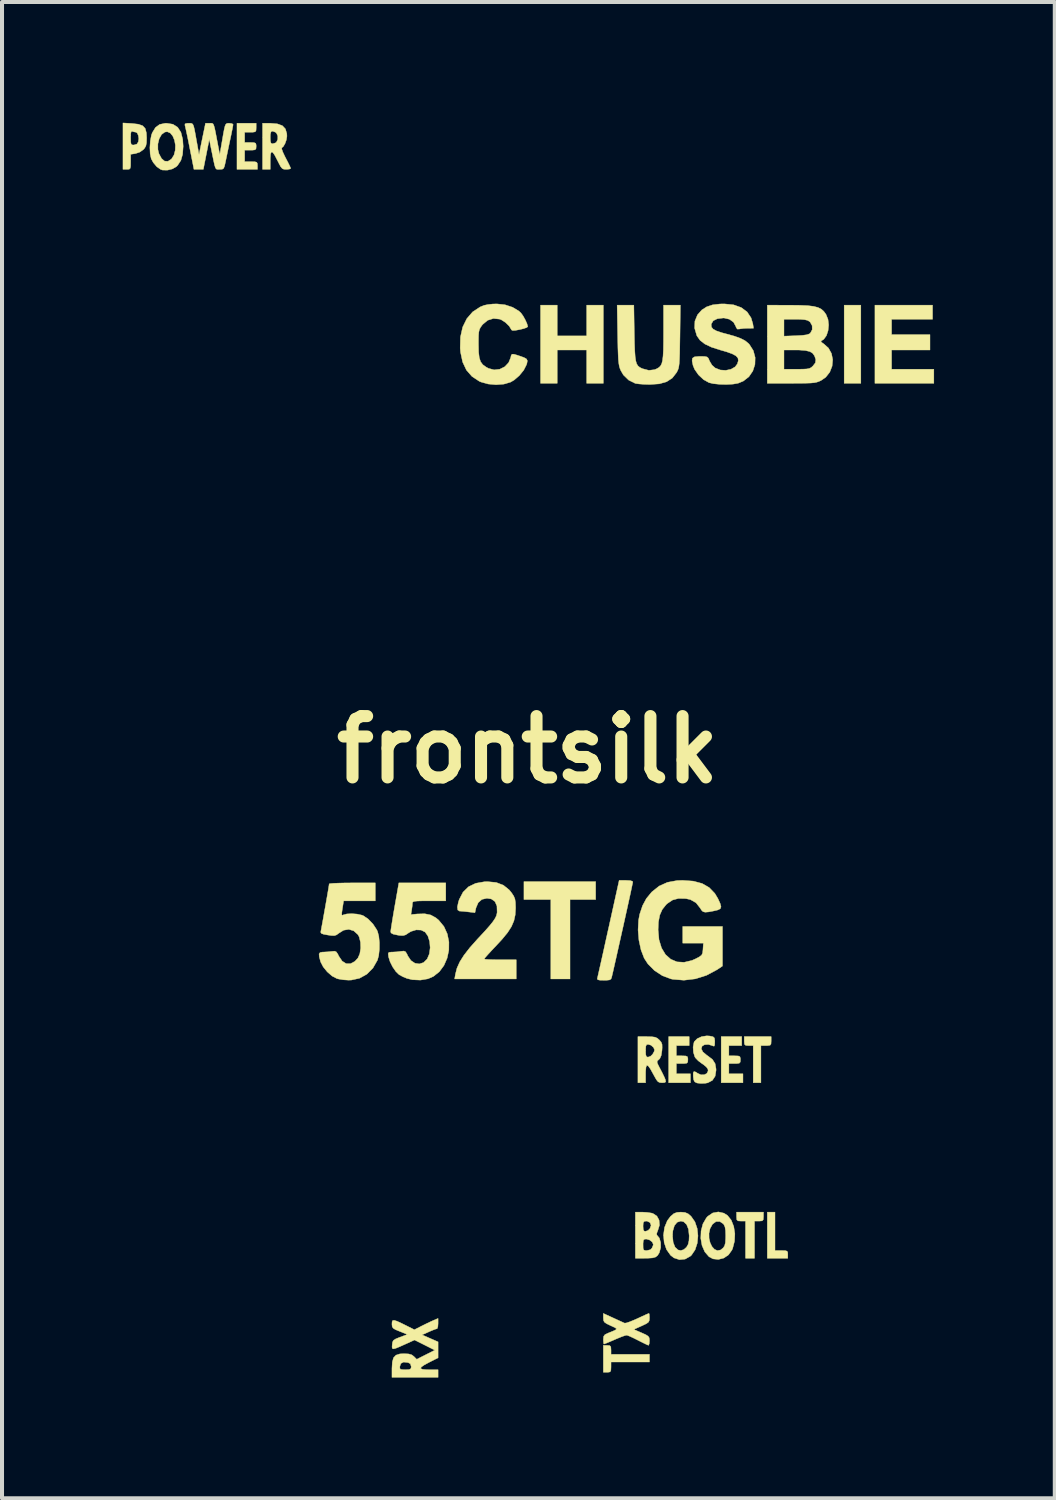
<source format=kicad_pcb>
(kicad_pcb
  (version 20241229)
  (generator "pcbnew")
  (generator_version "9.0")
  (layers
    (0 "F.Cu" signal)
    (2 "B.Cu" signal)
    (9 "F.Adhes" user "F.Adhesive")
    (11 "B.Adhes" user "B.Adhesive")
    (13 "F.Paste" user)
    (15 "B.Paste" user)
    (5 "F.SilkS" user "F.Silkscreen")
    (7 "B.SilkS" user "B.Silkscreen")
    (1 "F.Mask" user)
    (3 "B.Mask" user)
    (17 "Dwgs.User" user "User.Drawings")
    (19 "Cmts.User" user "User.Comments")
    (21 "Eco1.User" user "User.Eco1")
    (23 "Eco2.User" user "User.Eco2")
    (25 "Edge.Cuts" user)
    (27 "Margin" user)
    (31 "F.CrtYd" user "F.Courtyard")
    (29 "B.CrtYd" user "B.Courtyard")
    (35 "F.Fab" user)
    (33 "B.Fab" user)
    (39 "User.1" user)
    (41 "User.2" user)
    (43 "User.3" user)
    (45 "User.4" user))
  (footprint "frontsilk"
    (layer "F.Cu")
    (at 10.063 15.577)
    (property "Reference" "frontsilk" (at 0 0 0) (layer "F.SilkS") (effects (font (size 1.524 1.524) (thickness 0.3))))
    (attr through_hole)
    (fp_poly (pts (xy 8.276 -9.103) (xy 7.862 -9.103) (xy 7.862 -11.045) (xy 8.276 -11.045) (xy 8.276 -9.103)) (stroke (width 0.01) (type solid)) (fill yes) (layer "F.SilkS"))
    (fp_poly (pts (xy 1.687 3.724) (xy 1.05 3.724) (xy 1.05 5.697) (xy 0.573 5.697) (xy 0.573 3.724) (xy -0.095 3.724) (xy -0.095 3.278) (xy 1.687 3.278) (xy 1.687 3.724)) (stroke (width 0.01) (type solid)) (fill yes) (layer "F.SilkS"))
    (fp_poly (pts (xy 6.143 12.445) (xy 6.302 12.445) (xy 6.396 12.447) (xy 6.443 12.46) (xy 6.46 12.494) (xy 6.461 12.541) (xy 6.461 12.636) (xy 5.952 12.636) (xy 5.952 11.49) (xy 6.143 11.49) (xy 6.143 12.445)) (stroke (width 0.01) (type solid)) (fill yes) (layer "F.SilkS"))
    (fp_poly (pts (xy 0.732 -10.281) (xy 1.464 -10.281) (xy 1.464 -11.045) (xy 1.878 -11.045) (xy 1.878 -9.103) (xy 1.464 -9.103) (xy 1.464 -9.931) (xy 0.732 -9.931) (xy 0.732 -9.103) (xy 0.318 -9.103) (xy 0.318 -11.045) (xy 0.732 -11.045) (xy 0.732 -10.281)) (stroke (width 0.01) (type solid)) (fill yes) (layer "F.SilkS"))
    (fp_poly (pts (xy 10.058 -10.695) (xy 9.04 -10.695) (xy 9.04 -10.313) (xy 9.994 -10.313) (xy 9.994 -9.931) (xy 9.04 -9.931) (xy 9.04 -9.453) (xy 10.09 -9.453) (xy 10.09 -9.103) (xy 8.626 -9.103) (xy 8.626 -11.045) (xy 10.058 -11.045) (xy 10.058 -10.695)) (stroke (width 0.01) (type solid)) (fill yes) (layer "F.SilkS"))
    (fp_poly (pts (xy 2.038 14.807) (xy 2.064 14.838) (xy 2.069 14.912) (xy 2.069 15.024) (xy 3.024 15.024) (xy 3.024 15.215) (xy 2.069 15.215) (xy 2.069 15.342) (xy 2.065 15.423) (xy 2.045 15.46) (xy 1.994 15.469) (xy 1.973 15.469) (xy 1.878 15.469) (xy 1.878 14.801) (xy 1.973 14.801) (xy 2.038 14.807)) (stroke (width 0.01) (type solid)) (fill yes) (layer "F.SilkS"))
    (fp_poly (pts (xy 5.857 11.602) (xy 5.852 11.677) (xy 5.824 11.707) (xy 5.754 11.713) (xy 5.745 11.713) (xy 5.634 11.713) (xy 5.634 12.636) (xy 5.411 12.636) (xy 5.411 11.713) (xy 5.3 11.713) (xy 5.225 11.708) (xy 5.194 11.681) (xy 5.188 11.61) (xy 5.188 11.602) (xy 5.188 11.49) (xy 5.857 11.49) (xy 5.857 11.602)) (stroke (width 0.01) (type solid)) (fill yes) (layer "F.SilkS"))
    (fp_poly (pts (xy 6.048 7.241) (xy 6.044 7.313) (xy 6.02 7.344) (xy 5.958 7.352) (xy 5.92 7.353) (xy 5.793 7.353) (xy 5.793 8.276) (xy 5.602 8.276) (xy 5.602 7.353) (xy 5.491 7.353) (xy 5.416 7.348) (xy 5.385 7.32) (xy 5.379 7.25) (xy 5.379 7.241) (xy 5.379 7.13) (xy 6.048 7.13) (xy 6.048 7.241)) (stroke (width 0.01) (type solid)) (fill yes) (layer "F.SilkS"))
    (fp_poly (pts (xy 4.011 7.353) (xy 3.692 7.353) (xy 3.692 7.607) (xy 3.835 7.607) (xy 3.924 7.61) (xy 3.965 7.626) (xy 3.978 7.667) (xy 3.979 7.703) (xy 3.975 7.761) (xy 3.951 7.789) (xy 3.889 7.798) (xy 3.835 7.798) (xy 3.692 7.798) (xy 3.692 8.053) (xy 4.042 8.053) (xy 4.042 8.276) (xy 3.501 8.276) (xy 3.501 7.13) (xy 4.011 7.13) (xy 4.011 7.353)) (stroke (width 0.01) (type solid)) (fill yes) (layer "F.SilkS"))
    (fp_poly (pts (xy 5.316 7.353) (xy 4.997 7.353) (xy 4.997 7.607) (xy 5.14 7.607) (xy 5.229 7.61) (xy 5.27 7.626) (xy 5.283 7.667) (xy 5.284 7.703) (xy 5.28 7.761) (xy 5.256 7.789) (xy 5.195 7.798) (xy 5.14 7.798) (xy 4.997 7.798) (xy 4.997 8.053) (xy 5.347 8.053) (xy 5.347 8.276) (xy 4.806 8.276) (xy 4.806 7.13) (xy 5.316 7.13) (xy 5.316 7.353)) (stroke (width 0.01) (type solid)) (fill yes) (layer "F.SilkS"))
    (fp_poly (pts (xy -6.748 -15.453) (xy -6.751 -15.385) (xy -6.772 -15.352) (xy -6.827 -15.343) (xy -6.891 -15.342) (xy -7.034 -15.342) (xy -7.034 -15.087) (xy -6.891 -15.087) (xy -6.803 -15.084) (xy -6.761 -15.068) (xy -6.749 -15.028) (xy -6.748 -14.992) (xy -6.752 -14.933) (xy -6.776 -14.905) (xy -6.837 -14.897) (xy -6.891 -14.896) (xy -7.034 -14.896) (xy -7.034 -14.61) (xy -6.875 -14.61) (xy -6.781 -14.608) (xy -6.734 -14.595) (xy -6.718 -14.561) (xy -6.716 -14.514) (xy -6.716 -14.419) (xy -7.225 -14.419) (xy -7.225 -15.565) (xy -6.748 -15.565) (xy -6.748 -15.453)) (stroke (width 0.01) (type solid)) (fill yes) (layer "F.SilkS"))
    (fp_poly (pts (xy 2.549 3.253) (xy 2.602 3.271) (xy 2.61 3.289) (xy 2.603 3.326) (xy 2.584 3.417) (xy 2.555 3.554) (xy 2.517 3.728) (xy 2.472 3.933) (xy 2.422 4.159) (xy 2.369 4.398) (xy 2.314 4.643) (xy 2.26 4.885) (xy 2.208 5.117) (xy 2.16 5.329) (xy 2.118 5.515) (xy 2.084 5.658) (xy 2.068 5.699) (xy 2.031 5.721) (xy 1.957 5.729) (xy 1.891 5.729) (xy 1.79 5.727) (xy 1.74 5.716) (xy 1.727 5.693) (xy 1.731 5.674) (xy 1.741 5.631) (xy 1.763 5.533) (xy 1.796 5.387) (xy 1.838 5.201) (xy 1.887 4.981) (xy 1.941 4.735) (xy 2 4.47) (xy 2.009 4.432) (xy 2.271 3.247) (xy 2.44 3.247) (xy 2.549 3.253)) (stroke (width 0.01) (type solid)) (fill yes) (layer "F.SilkS"))
    (fp_poly (pts (xy -9.835 -15.559) (xy -9.676 -15.541) (xy -9.569 -15.503) (xy -9.505 -15.435) (xy -9.476 -15.326) (xy -9.469 -15.2) (xy -9.473 -15.08) (xy -9.489 -15.001) (xy -9.523 -14.942) (xy -9.547 -14.914) (xy -9.643 -14.846) (xy -9.746 -14.812) (xy -9.867 -14.793) (xy -9.867 -14.606) (xy -9.868 -14.501) (xy -9.878 -14.446) (xy -9.902 -14.423) (xy -9.95 -14.419) (xy -9.963 -14.419) (xy -10.058 -14.419) (xy -10.058 -15.202) (xy -9.867 -15.202) (xy -9.865 -15.101) (xy -9.855 -15.047) (xy -9.829 -15.027) (xy -9.787 -15.024) (xy -9.712 -15.047) (xy -9.676 -15.103) (xy -9.664 -15.18) (xy -9.676 -15.261) (xy -9.705 -15.323) (xy -9.736 -15.342) (xy -9.791 -15.352) (xy -9.817 -15.361) (xy -9.846 -15.363) (xy -9.861 -15.33) (xy -9.867 -15.252) (xy -9.867 -15.202) (xy -10.058 -15.202) (xy -10.058 -15.572) (xy -9.835 -15.559)) (stroke (width 0.01) (type solid)) (fill yes) (layer "F.SilkS"))
    (fp_poly (pts (xy 3.909 11.499) (xy 3.986 11.532) (xy 4.058 11.595) (xy 4.153 11.73) (xy 4.21 11.897) (xy 4.229 12.079) (xy 4.212 12.261) (xy 4.158 12.426) (xy 4.068 12.56) (xy 4.039 12.586) (xy 3.909 12.658) (xy 3.769 12.672) (xy 3.634 12.628) (xy 3.549 12.563) (xy 3.448 12.42) (xy 3.389 12.246) (xy 3.375 12.079) (xy 3.597 12.079) (xy 3.613 12.242) (xy 3.66 12.361) (xy 3.734 12.43) (xy 3.804 12.445) (xy 3.879 12.42) (xy 3.945 12.361) (xy 3.985 12.291) (xy 4.006 12.198) (xy 4.011 12.079) (xy 3.994 11.916) (xy 3.947 11.798) (xy 3.873 11.729) (xy 3.804 11.713) (xy 3.712 11.742) (xy 3.644 11.825) (xy 3.605 11.957) (xy 3.597 12.079) (xy 3.375 12.079) (xy 3.373 12.057) (xy 3.399 11.87) (xy 3.468 11.702) (xy 3.549 11.595) (xy 3.629 11.527) (xy 3.707 11.497) (xy 3.804 11.49) (xy 3.909 11.499)) (stroke (width 0.01) (type solid)) (fill yes) (layer "F.SilkS"))
    (fp_poly (pts (xy -8.817 -15.54) (xy -8.699 -15.465) (xy -8.618 -15.34) (xy -8.573 -15.163) (xy -8.562 -14.992) (xy -8.576 -14.793) (xy -8.619 -14.641) (xy -8.697 -14.522) (xy -8.73 -14.488) (xy -8.829 -14.43) (xy -8.954 -14.399) (xy -9.075 -14.402) (xy -9.119 -14.416) (xy -9.216 -14.483) (xy -9.304 -14.587) (xy -9.356 -14.683) (xy -9.382 -14.805) (xy -9.389 -14.961) (xy -9.383 -15.051) (xy -9.19 -15.051) (xy -9.19 -14.912) (xy -9.165 -14.811) (xy -9.1 -14.689) (xy -9.024 -14.624) (xy -8.94 -14.619) (xy -8.855 -14.674) (xy -8.85 -14.679) (xy -8.789 -14.777) (xy -8.759 -14.895) (xy -8.755 -15.02) (xy -8.777 -15.142) (xy -8.82 -15.246) (xy -8.881 -15.321) (xy -8.957 -15.354) (xy -9.016 -15.346) (xy -9.098 -15.286) (xy -9.158 -15.181) (xy -9.19 -15.051) (xy -9.383 -15.051) (xy -9.378 -15.124) (xy -9.351 -15.269) (xy -9.329 -15.33) (xy -9.249 -15.46) (xy -9.147 -15.535) (xy -9.01 -15.564) (xy -8.973 -15.565) (xy -8.817 -15.54)) (stroke (width 0.01) (type solid)) (fill yes) (layer "F.SilkS"))
    (fp_poly (pts (xy 4.873 11.516) (xy 4.963 11.573) (xy 5.056 11.69) (xy 5.118 11.846) (xy 5.146 12.027) (xy 5.137 12.214) (xy 5.091 12.392) (xy 5.073 12.433) (xy 4.987 12.553) (xy 4.87 12.632) (xy 4.737 12.666) (xy 4.604 12.652) (xy 4.504 12.599) (xy 4.399 12.478) (xy 4.33 12.32) (xy 4.299 12.142) (xy 4.304 12.019) (xy 4.503 12.019) (xy 4.505 12.14) (xy 4.532 12.252) (xy 4.578 12.347) (xy 4.64 12.415) (xy 4.712 12.446) (xy 4.791 12.431) (xy 4.857 12.378) (xy 4.891 12.326) (xy 4.91 12.252) (xy 4.917 12.138) (xy 4.918 12.079) (xy 4.914 11.946) (xy 4.9 11.858) (xy 4.872 11.799) (xy 4.857 11.78) (xy 4.77 11.723) (xy 4.678 11.725) (xy 4.593 11.788) (xy 4.588 11.794) (xy 4.529 11.901) (xy 4.503 12.019) (xy 4.304 12.019) (xy 4.306 11.958) (xy 4.352 11.783) (xy 4.437 11.635) (xy 4.472 11.595) (xy 4.596 11.511) (xy 4.735 11.485) (xy 4.873 11.516)) (stroke (width 0.01) (type solid)) (fill yes) (layer "F.SilkS"))
    (fp_poly (pts (xy -6.223 -15.55) (xy -6.098 -15.505) (xy -6.022 -15.425) (xy -5.987 -15.306) (xy -5.984 -15.243) (xy -5.998 -15.152) (xy -6.032 -15.057) (xy -6.076 -14.983) (xy -6.111 -14.955) (xy -6.112 -14.924) (xy -6.087 -14.851) (xy -6.04 -14.75) (xy -6.017 -14.705) (xy -5.959 -14.594) (xy -5.915 -14.504) (xy -5.891 -14.45) (xy -5.889 -14.443) (xy -5.917 -14.427) (xy -5.985 -14.419) (xy -6 -14.419) (xy -6.059 -14.422) (xy -6.101 -14.441) (xy -6.14 -14.488) (xy -6.186 -14.575) (xy -6.215 -14.632) (xy -6.284 -14.766) (xy -6.334 -14.839) (xy -6.368 -14.852) (xy -6.389 -14.805) (xy -6.397 -14.699) (xy -6.398 -14.644) (xy -6.398 -14.419) (xy -6.589 -14.419) (xy -6.589 -15.215) (xy -6.398 -15.215) (xy -6.394 -15.118) (xy -6.379 -15.07) (xy -6.347 -15.056) (xy -6.34 -15.055) (xy -6.27 -15.076) (xy -6.245 -15.094) (xy -6.211 -15.164) (xy -6.211 -15.25) (xy -6.245 -15.322) (xy -6.268 -15.341) (xy -6.338 -15.369) (xy -6.378 -15.356) (xy -6.395 -15.293) (xy -6.398 -15.215) (xy -6.589 -15.215) (xy -6.589 -15.565) (xy -6.399 -15.565) (xy -6.223 -15.55)) (stroke (width 0.01) (type solid)) (fill yes) (layer "F.SilkS"))
    (fp_poly (pts (xy 4.524 7.115) (xy 4.603 7.132) (xy 4.638 7.164) (xy 4.647 7.23) (xy 4.647 7.261) (xy 4.644 7.34) (xy 4.629 7.368) (xy 4.594 7.358) (xy 4.586 7.354) (xy 4.488 7.324) (xy 4.394 7.33) (xy 4.331 7.367) (xy 4.312 7.433) (xy 4.351 7.509) (xy 4.446 7.59) (xy 4.472 7.607) (xy 4.59 7.698) (xy 4.655 7.8) (xy 4.678 7.932) (xy 4.679 7.963) (xy 4.656 8.112) (xy 4.587 8.217) (xy 4.473 8.277) (xy 4.408 8.289) (xy 4.304 8.293) (xy 4.213 8.283) (xy 4.202 8.281) (xy 4.149 8.254) (xy 4.122 8.202) (xy 4.112 8.123) (xy 4.111 8.031) (xy 4.13 7.996) (xy 4.177 8.011) (xy 4.216 8.038) (xy 4.302 8.078) (xy 4.386 8.077) (xy 4.451 8.043) (xy 4.481 7.981) (xy 4.475 7.935) (xy 4.438 7.885) (xy 4.366 7.824) (xy 4.326 7.798) (xy 4.237 7.731) (xy 4.167 7.658) (xy 4.151 7.633) (xy 4.116 7.519) (xy 4.108 7.389) (xy 4.13 7.275) (xy 4.14 7.252) (xy 4.21 7.181) (xy 4.32 7.13) (xy 4.448 7.11) (xy 4.524 7.115)) (stroke (width 0.01) (type solid)) (fill yes) (layer "F.SilkS"))
    (fp_poly (pts (xy 2.647 -10.353) (xy 2.652 -10.104) (xy 2.659 -9.911) (xy 2.669 -9.766) (xy 2.684 -9.661) (xy 2.707 -9.586) (xy 2.739 -9.536) (xy 2.782 -9.5) (xy 2.837 -9.472) (xy 2.85 -9.467) (xy 3.008 -9.425) (xy 3.151 -9.442) (xy 3.21 -9.467) (xy 3.261 -9.498) (xy 3.3 -9.537) (xy 3.329 -9.592) (xy 3.349 -9.671) (xy 3.362 -9.783) (xy 3.37 -9.935) (xy 3.373 -10.136) (xy 3.374 -10.362) (xy 3.374 -11.045) (xy 3.792 -11.045) (xy 3.782 -10.273) (xy 3.778 -10.031) (xy 3.775 -9.844) (xy 3.77 -9.703) (xy 3.764 -9.599) (xy 3.754 -9.523) (xy 3.742 -9.467) (xy 3.724 -9.422) (xy 3.701 -9.378) (xy 3.694 -9.366) (xy 3.59 -9.233) (xy 3.45 -9.142) (xy 3.268 -9.09) (xy 3.037 -9.074) (xy 3.026 -9.074) (xy 2.889 -9.078) (xy 2.767 -9.087) (xy 2.681 -9.099) (xy 2.667 -9.103) (xy 2.507 -9.183) (xy 2.376 -9.311) (xy 2.313 -9.419) (xy 2.291 -9.471) (xy 2.274 -9.528) (xy 2.262 -9.599) (xy 2.252 -9.693) (xy 2.246 -9.819) (xy 2.24 -9.987) (xy 2.236 -10.205) (xy 2.234 -10.305) (xy 2.221 -11.045) (xy 2.636 -11.045) (xy 2.647 -10.353)) (stroke (width 0.01) (type solid)) (fill yes) (layer "F.SilkS"))
    (fp_poly (pts (xy 3.085 7.133) (xy 3.164 7.144) (xy 3.22 7.17) (xy 3.268 7.212) (xy 3.315 7.267) (xy 3.337 7.324) (xy 3.339 7.406) (xy 3.335 7.472) (xy 3.316 7.598) (xy 3.282 7.675) (xy 3.256 7.701) (xy 3.224 7.729) (xy 3.213 7.759) (xy 3.227 7.806) (xy 3.267 7.887) (xy 3.296 7.941) (xy 3.352 8.05) (xy 3.398 8.146) (xy 3.421 8.204) (xy 3.428 8.253) (xy 3.4 8.272) (xy 3.336 8.276) (xy 3.28 8.271) (xy 3.237 8.25) (xy 3.196 8.2) (xy 3.144 8.108) (xy 3.119 8.062) (xy 3.046 7.93) (xy 2.993 7.857) (xy 2.958 7.843) (xy 2.938 7.888) (xy 2.929 7.991) (xy 2.928 8.05) (xy 2.928 8.276) (xy 2.737 8.276) (xy 2.737 7.48) (xy 2.928 7.48) (xy 2.932 7.576) (xy 2.946 7.623) (xy 2.978 7.639) (xy 2.99 7.639) (xy 3.054 7.615) (xy 3.102 7.568) (xy 3.139 7.502) (xy 3.151 7.459) (xy 3.124 7.397) (xy 3.062 7.343) (xy 2.99 7.321) (xy 2.953 7.33) (xy 2.934 7.367) (xy 2.929 7.449) (xy 2.928 7.48) (xy 2.737 7.48) (xy 2.737 7.13) (xy 2.962 7.13) (xy 3.085 7.133)) (stroke (width 0.01) (type solid)) (fill yes) (layer "F.SilkS"))
    (fp_poly (pts (xy 2.962 11.497) (xy 3.07 11.513) (xy 3.11 11.524) (xy 3.208 11.588) (xy 3.263 11.689) (xy 3.273 11.813) (xy 3.232 11.945) (xy 3.23 11.95) (xy 3.204 12.018) (xy 3.207 12.059) (xy 3.209 12.061) (xy 3.27 12.135) (xy 3.302 12.246) (xy 3.303 12.372) (xy 3.27 12.493) (xy 3.264 12.507) (xy 3.225 12.568) (xy 3.177 12.606) (xy 3.104 12.627) (xy 2.991 12.635) (xy 2.894 12.636) (xy 2.674 12.636) (xy 2.674 12.302) (xy 2.865 12.302) (xy 2.867 12.39) (xy 2.883 12.432) (xy 2.924 12.445) (xy 2.959 12.445) (xy 3.049 12.423) (xy 3.086 12.384) (xy 3.113 12.32) (xy 3.119 12.291) (xy 3.092 12.232) (xy 3.027 12.182) (xy 2.948 12.159) (xy 2.942 12.159) (xy 2.894 12.165) (xy 2.872 12.195) (xy 2.865 12.266) (xy 2.865 12.302) (xy 2.674 12.302) (xy 2.674 11.841) (xy 2.865 11.841) (xy 2.87 11.924) (xy 2.892 11.961) (xy 2.927 11.968) (xy 2.991 11.944) (xy 3.036 11.899) (xy 3.064 11.818) (xy 3.039 11.751) (xy 2.968 11.715) (xy 2.943 11.713) (xy 2.893 11.72) (xy 2.87 11.754) (xy 2.865 11.831) (xy 2.865 11.841) (xy 2.674 11.841) (xy 2.674 11.49) (xy 2.844 11.49) (xy 2.962 11.497)) (stroke (width 0.01) (type solid)) (fill yes) (layer "F.SilkS"))
    (fp_poly (pts (xy -0.782 3.3) (xy -0.605 3.368) (xy -0.46 3.485) (xy -0.398 3.562) (xy -0.348 3.639) (xy -0.319 3.71) (xy -0.306 3.796) (xy -0.302 3.919) (xy -0.302 3.942) (xy -0.312 4.105) (xy -0.344 4.252) (xy -0.405 4.395) (xy -0.5 4.543) (xy -0.636 4.709) (xy -0.784 4.869) (xy -0.893 4.984) (xy -0.984 5.083) (xy -1.05 5.157) (xy -1.081 5.197) (xy -1.082 5.2) (xy -1.052 5.208) (xy -0.971 5.214) (xy -0.85 5.218) (xy -0.702 5.22) (xy -0.684 5.22) (xy -0.286 5.22) (xy -0.286 5.697) (xy -1.817 5.697) (xy -1.797 5.578) (xy -1.759 5.428) (xy -1.69 5.274) (xy -1.586 5.109) (xy -1.442 4.923) (xy -1.252 4.709) (xy -1.224 4.679) (xy -1.067 4.51) (xy -0.95 4.378) (xy -0.867 4.275) (xy -0.812 4.193) (xy -0.779 4.125) (xy -0.764 4.062) (xy -0.761 4.04) (xy -0.766 3.883) (xy -0.815 3.773) (xy -0.906 3.709) (xy -1.014 3.692) (xy -1.139 3.72) (xy -1.231 3.801) (xy -1.287 3.932) (xy -1.289 3.943) (xy -1.312 4.05) (xy -1.476 4.031) (xy -1.581 4.019) (xy -1.667 4.012) (xy -1.695 4.011) (xy -1.739 3.984) (xy -1.749 3.908) (xy -1.722 3.783) (xy -1.702 3.721) (xy -1.608 3.54) (xy -1.472 3.406) (xy -1.293 3.32) (xy -1.073 3.281) (xy -1 3.279) (xy -0.782 3.3)) (stroke (width 0.01) (type solid)) (fill yes) (layer "F.SilkS"))
    (fp_poly (pts (xy -7.84 -15.563) (xy -7.819 -15.549) (xy -7.801 -15.514) (xy -7.782 -15.45) (xy -7.76 -15.348) (xy -7.732 -15.201) (xy -7.695 -15.008) (xy -7.652 -14.785) (xy -7.595 -15.119) (xy -7.565 -15.294) (xy -7.542 -15.416) (xy -7.523 -15.494) (xy -7.503 -15.539) (xy -7.478 -15.559) (xy -7.445 -15.565) (xy -7.414 -15.565) (xy -7.348 -15.556) (xy -7.321 -15.535) (xy -7.327 -15.494) (xy -7.344 -15.404) (xy -7.369 -15.28) (xy -7.398 -15.145) (xy -7.433 -14.979) (xy -7.467 -14.815) (xy -7.496 -14.676) (xy -7.511 -14.602) (xy -7.534 -14.5) (xy -7.556 -14.445) (xy -7.59 -14.423) (xy -7.648 -14.419) (xy -7.655 -14.419) (xy -7.694 -14.418) (xy -7.723 -14.42) (xy -7.745 -14.433) (xy -7.764 -14.468) (xy -7.783 -14.53) (xy -7.805 -14.631) (xy -7.835 -14.777) (xy -7.872 -14.96) (xy -7.913 -15.167) (xy -7.987 -14.793) (xy -8.061 -14.419) (xy -8.294 -14.419) (xy -8.398 -14.945) (xy -8.433 -15.123) (xy -8.466 -15.281) (xy -8.493 -15.407) (xy -8.512 -15.491) (xy -8.519 -15.518) (xy -8.516 -15.55) (xy -8.465 -15.564) (xy -8.426 -15.565) (xy -8.38 -15.565) (xy -8.346 -15.559) (xy -8.322 -15.539) (xy -8.302 -15.494) (xy -8.282 -15.415) (xy -8.259 -15.293) (xy -8.228 -15.118) (xy -8.225 -15.103) (xy -8.168 -14.785) (xy -8.088 -15.175) (xy -8.007 -15.565) (xy -7.905 -15.565) (xy -7.868 -15.566) (xy -7.84 -15.563)) (stroke (width 0.01) (type solid)) (fill yes) (layer "F.SilkS"))
    (fp_poly (pts (xy 3.02 14.033) (xy 3.024 14.102) (xy 3.024 14.118) (xy 3.02 14.18) (xy 3 14.223) (xy 2.951 14.259) (xy 2.859 14.304) (xy 2.829 14.318) (xy 2.634 14.405) (xy 2.829 14.489) (xy 2.933 14.536) (xy 2.991 14.573) (xy 3.017 14.612) (xy 3.024 14.668) (xy 3.024 14.687) (xy 3.018 14.761) (xy 3.003 14.798) (xy 3 14.799) (xy 2.963 14.785) (xy 2.884 14.747) (xy 2.778 14.694) (xy 2.737 14.673) (xy 2.623 14.616) (xy 2.527 14.572) (xy 2.466 14.549) (xy 2.456 14.548) (xy 2.409 14.559) (xy 2.32 14.591) (xy 2.206 14.638) (xy 2.16 14.658) (xy 2.045 14.708) (xy 1.953 14.746) (xy 1.9 14.767) (xy 1.892 14.769) (xy 1.883 14.741) (xy 1.878 14.672) (xy 1.878 14.656) (xy 1.885 14.579) (xy 1.918 14.534) (xy 1.994 14.497) (xy 1.997 14.496) (xy 2.12 14.446) (xy 2.188 14.414) (xy 2.204 14.388) (xy 2.17 14.361) (xy 2.09 14.324) (xy 2.061 14.311) (xy 1.961 14.263) (xy 1.906 14.225) (xy 1.883 14.183) (xy 1.878 14.121) (xy 1.878 14.118) (xy 1.878 14.007) (xy 2.125 14.12) (xy 2.242 14.174) (xy 2.339 14.218) (xy 2.399 14.245) (xy 2.409 14.249) (xy 2.452 14.243) (xy 2.538 14.214) (xy 2.652 14.167) (xy 2.724 14.135) (xy 2.844 14.079) (xy 2.94 14.035) (xy 3 14.01) (xy 3.012 14.005) (xy 3.02 14.033)) (stroke (width 0.01) (type solid)) (fill yes) (layer "F.SilkS"))
    (fp_poly (pts (xy 4.113 3.266) (xy 4.332 3.325) (xy 4.508 3.426) (xy 4.648 3.571) (xy 4.724 3.698) (xy 4.781 3.822) (xy 4.802 3.902) (xy 4.784 3.952) (xy 4.721 3.983) (xy 4.626 4.006) (xy 4.494 4.031) (xy 4.408 4.038) (xy 4.354 4.024) (xy 4.316 3.987) (xy 4.287 3.939) (xy 4.182 3.805) (xy 4.042 3.725) (xy 3.929 3.7) (xy 3.746 3.696) (xy 3.599 3.735) (xy 3.47 3.821) (xy 3.437 3.851) (xy 3.342 3.971) (xy 3.28 4.11) (xy 3.247 4.282) (xy 3.239 4.477) (xy 3.261 4.722) (xy 3.324 4.928) (xy 3.422 5.09) (xy 3.552 5.206) (xy 3.708 5.272) (xy 3.885 5.283) (xy 4.079 5.237) (xy 4.172 5.196) (xy 4.268 5.145) (xy 4.32 5.104) (xy 4.344 5.053) (xy 4.353 4.975) (xy 4.354 4.957) (xy 4.364 4.806) (xy 3.851 4.806) (xy 3.851 4.392) (xy 4.838 4.392) (xy 4.838 5.376) (xy 4.703 5.467) (xy 4.443 5.606) (xy 4.165 5.694) (xy 3.88 5.728) (xy 3.603 5.705) (xy 3.556 5.695) (xy 3.345 5.616) (xy 3.149 5.488) (xy 2.986 5.324) (xy 2.893 5.181) (xy 2.814 4.975) (xy 2.762 4.734) (xy 2.741 4.481) (xy 2.753 4.239) (xy 2.781 4.089) (xy 2.853 3.874) (xy 2.947 3.699) (xy 3.075 3.543) (xy 3.088 3.53) (xy 3.266 3.388) (xy 3.471 3.296) (xy 3.71 3.252) (xy 3.847 3.247) (xy 4.113 3.266)) (stroke (width 0.01) (type solid)) (fill yes) (layer "F.SilkS"))
    (fp_poly (pts (xy 6.517 -11.044) (xy 6.764 -11.041) (xy 6.955 -11.033) (xy 7.102 -11.015) (xy 7.211 -10.987) (xy 7.294 -10.946) (xy 7.357 -10.889) (xy 7.411 -10.815) (xy 7.411 -10.814) (xy 7.46 -10.692) (xy 7.476 -10.553) (xy 7.462 -10.412) (xy 7.421 -10.288) (xy 7.355 -10.197) (xy 7.303 -10.164) (xy 7.282 -10.144) (xy 7.311 -10.113) (xy 7.351 -10.086) (xy 7.472 -9.979) (xy 7.547 -9.842) (xy 7.577 -9.688) (xy 7.562 -9.53) (xy 7.504 -9.381) (xy 7.404 -9.254) (xy 7.29 -9.175) (xy 7.236 -9.15) (xy 7.181 -9.131) (xy 7.116 -9.118) (xy 7.028 -9.11) (xy 6.908 -9.106) (xy 6.745 -9.104) (xy 6.55 -9.103) (xy 5.952 -9.103) (xy 5.952 -9.931) (xy 6.366 -9.931) (xy 6.366 -9.453) (xy 6.686 -9.453) (xy 6.833 -9.455) (xy 6.932 -9.46) (xy 6.997 -9.472) (xy 7.042 -9.495) (xy 7.082 -9.53) (xy 7.084 -9.532) (xy 7.146 -9.612) (xy 7.157 -9.692) (xy 7.126 -9.783) (xy 7.081 -9.848) (xy 7.01 -9.892) (xy 6.901 -9.918) (xy 6.745 -9.93) (xy 6.651 -9.931) (xy 6.366 -9.931) (xy 5.952 -9.931) (xy 5.952 -10.695) (xy 6.366 -10.695) (xy 6.366 -10.275) (xy 6.667 -10.286) (xy 6.825 -10.295) (xy 6.93 -10.309) (xy 6.995 -10.331) (xy 7.021 -10.35) (xy 7.068 -10.436) (xy 7.066 -10.536) (xy 7.017 -10.624) (xy 7.003 -10.637) (xy 6.953 -10.667) (xy 6.881 -10.684) (xy 6.774 -10.693) (xy 6.649 -10.695) (xy 6.366 -10.695) (xy 5.952 -10.695) (xy 5.952 -11.045) (xy 6.517 -11.044)) (stroke (width 0.01) (type solid)) (fill yes) (layer "F.SilkS"))
    (fp_poly (pts (xy -0.564 -11.054) (xy -0.376 -10.992) (xy -0.22 -10.898) (xy -0.169 -10.85) (xy -0.116 -10.777) (xy -0.062 -10.68) (xy -0.019 -10.584) (xy -0.000141 -10.513) (xy 0 -10.509) (xy -0.029 -10.488) (xy -0.103 -10.462) (xy -0.197 -10.439) (xy -0.311 -10.418) (xy -0.375 -10.415) (xy -0.404 -10.429) (xy -0.407 -10.436) (xy -0.461 -10.525) (xy -0.552 -10.614) (xy -0.656 -10.681) (xy -0.699 -10.698) (xy -0.853 -10.714) (xy -0.996 -10.669) (xy -1.12 -10.566) (xy -1.138 -10.543) (xy -1.176 -10.49) (xy -1.201 -10.439) (xy -1.216 -10.376) (xy -1.223 -10.286) (xy -1.225 -10.154) (xy -1.225 -10.071) (xy -1.221 -9.88) (xy -1.205 -9.741) (xy -1.172 -9.64) (xy -1.117 -9.566) (xy -1.034 -9.506) (xy -0.975 -9.474) (xy -0.836 -9.437) (xy -0.696 -9.453) (xy -0.571 -9.515) (xy -0.475 -9.617) (xy -0.425 -9.738) (xy -0.412 -9.797) (xy -0.391 -9.826) (xy -0.348 -9.827) (xy -0.268 -9.804) (xy -0.205 -9.783) (xy -0.092 -9.743) (xy -0.03 -9.707) (xy -0.01 -9.664) (xy -0.021 -9.599) (xy -0.032 -9.564) (xy -0.101 -9.429) (xy -0.21 -9.295) (xy -0.34 -9.183) (xy -0.43 -9.131) (xy -0.594 -9.083) (xy -0.788 -9.068) (xy -0.986 -9.086) (xy -1.164 -9.136) (xy -1.203 -9.153) (xy -1.386 -9.274) (xy -1.524 -9.432) (xy -1.618 -9.632) (xy -1.67 -9.876) (xy -1.679 -9.978) (xy -1.672 -10.254) (xy -1.617 -10.5) (xy -1.515 -10.708) (xy -1.37 -10.877) (xy -1.183 -11) (xy -1.085 -11.04) (xy -0.995 -11.059) (xy -0.871 -11.073) (xy -0.767 -11.076) (xy -0.564 -11.054)) (stroke (width 0.01) (type solid)) (fill yes) (layer "F.SilkS"))
    (fp_poly (pts (xy -2.037 3.756) (xy -2.451 3.756) (xy -2.621 3.757) (xy -2.737 3.76) (xy -2.809 3.767) (xy -2.848 3.779) (xy -2.863 3.797) (xy -2.865 3.812) (xy -2.87 3.88) (xy -2.883 3.973) (xy -2.884 3.982) (xy -2.903 4.097) (xy -2.743 4.082) (xy -2.559 4.077) (xy -2.412 4.107) (xy -2.284 4.177) (xy -2.211 4.238) (xy -2.082 4.395) (xy -1.999 4.578) (xy -1.959 4.777) (xy -1.961 4.981) (xy -2.003 5.179) (xy -2.082 5.361) (xy -2.197 5.517) (xy -2.346 5.635) (xy -2.48 5.693) (xy -2.668 5.725) (xy -2.865 5.716) (xy -3 5.684) (xy -3.101 5.642) (xy -3.189 5.595) (xy -3.197 5.59) (xy -3.276 5.514) (xy -3.356 5.399) (xy -3.421 5.269) (xy -3.459 5.147) (xy -3.459 5.143) (xy -3.468 5.068) (xy -3.45 5.036) (xy -3.392 5.029) (xy -3.37 5.029) (xy -3.258 5.023) (xy -3.151 5.01) (xy -3.08 5.003) (xy -3.037 5.02) (xy -3.002 5.076) (xy -2.98 5.125) (xy -2.903 5.239) (xy -2.803 5.306) (xy -2.694 5.323) (xy -2.588 5.289) (xy -2.499 5.2) (xy -2.445 5.073) (xy -2.425 4.921) (xy -2.438 4.766) (xy -2.482 4.628) (xy -2.55 4.532) (xy -2.65 4.482) (xy -2.773 4.477) (xy -2.901 4.516) (xy -2.964 4.554) (xy -3.034 4.601) (xy -3.097 4.619) (xy -3.179 4.616) (xy -3.239 4.606) (xy -3.344 4.583) (xy -3.396 4.554) (xy -3.406 4.525) (xy -3.401 4.478) (xy -3.386 4.379) (xy -3.364 4.239) (xy -3.336 4.07) (xy -3.305 3.891) (xy -3.203 3.31) (xy -2.037 3.31) (xy -2.037 3.756)) (stroke (width 0.01) (type solid)) (fill yes) (layer "F.SilkS"))
    (fp_poly (pts (xy -2.228 14.259) (xy -2.234 14.339) (xy -2.25 14.384) (xy -2.256 14.387) (xy -2.298 14.399) (xy -2.378 14.43) (xy -2.455 14.463) (xy -2.626 14.54) (xy -2.228 14.714) (xy -2.228 15.11) (xy -2.442 15.218) (xy -2.574 15.289) (xy -2.647 15.341) (xy -2.661 15.376) (xy -2.615 15.396) (xy -2.511 15.405) (xy -2.454 15.406) (xy -2.228 15.406) (xy -2.228 15.596) (xy -3.374 15.596) (xy -3.374 15.377) (xy -3.374 15.372) (xy -3.179 15.372) (xy -3.158 15.397) (xy -3.098 15.405) (xy -3.042 15.406) (xy -2.953 15.402) (xy -2.91 15.387) (xy -2.897 15.349) (xy -2.896 15.327) (xy -2.917 15.258) (xy -2.974 15.228) (xy -3.084 15.216) (xy -3.151 15.249) (xy -3.177 15.318) (xy -3.179 15.372) (xy -3.374 15.372) (xy -3.365 15.216) (xy -3.335 15.108) (xy -3.274 15.044) (xy -3.177 15.013) (xy -3.075 15.008) (xy -2.958 15.014) (xy -2.881 15.037) (xy -2.829 15.077) (xy -2.759 15.147) (xy -2.309 14.92) (xy -2.561 14.793) (xy -2.813 14.667) (xy -3.038 14.769) (xy -3.183 14.834) (xy -3.28 14.874) (xy -3.337 14.888) (xy -3.364 14.878) (xy -3.372 14.843) (xy -3.368 14.785) (xy -3.359 14.718) (xy -3.334 14.674) (xy -3.28 14.64) (xy -3.182 14.6) (xy -3.175 14.598) (xy -2.991 14.529) (xy -3.182 14.453) (xy -3.286 14.41) (xy -3.343 14.375) (xy -3.368 14.336) (xy -3.374 14.28) (xy -3.374 14.269) (xy -3.371 14.214) (xy -3.355 14.183) (xy -3.317 14.179) (xy -3.248 14.201) (xy -3.139 14.251) (xy -3.024 14.308) (xy -2.817 14.412) (xy -2.626 14.315) (xy -2.509 14.257) (xy -2.399 14.205) (xy -2.332 14.175) (xy -2.228 14.131) (xy -2.228 14.259)) (stroke (width 0.01) (type solid)) (fill yes) (layer "F.SilkS"))
    (fp_poly (pts (xy -3.788 3.756) (xy -4.575 3.756) (xy -4.605 3.945) (xy -4.62 4.048) (xy -4.622 4.101) (xy -4.609 4.115) (xy -4.58 4.104) (xy -4.494 4.081) (xy -4.372 4.075) (xy -4.24 4.085) (xy -4.124 4.111) (xy -4.087 4.125) (xy -3.964 4.209) (xy -3.846 4.332) (xy -3.753 4.473) (xy -3.732 4.517) (xy -3.701 4.637) (xy -3.686 4.793) (xy -3.687 4.96) (xy -3.704 5.116) (xy -3.734 5.228) (xy -3.847 5.426) (xy -3.998 5.578) (xy -4.179 5.679) (xy -4.384 5.724) (xy -4.454 5.726) (xy -4.578 5.718) (xy -4.695 5.699) (xy -4.742 5.687) (xy -4.861 5.625) (xy -4.981 5.521) (xy -5.082 5.397) (xy -5.147 5.272) (xy -5.149 5.264) (xy -5.18 5.146) (xy -5.185 5.075) (xy -5.16 5.04) (xy -5.103 5.029) (xy -5.085 5.029) (xy -4.976 5.023) (xy -4.87 5.012) (xy -4.8 5.006) (xy -4.757 5.024) (xy -4.719 5.08) (xy -4.695 5.13) (xy -4.612 5.253) (xy -4.513 5.316) (xy -4.405 5.318) (xy -4.296 5.26) (xy -4.22 5.178) (xy -4.173 5.071) (xy -4.151 4.932) (xy -4.156 4.785) (xy -4.187 4.655) (xy -4.219 4.596) (xy -4.324 4.501) (xy -4.446 4.464) (xy -4.576 4.486) (xy -4.697 4.562) (xy -4.751 4.602) (xy -4.804 4.62) (xy -4.878 4.618) (xy -4.969 4.605) (xy -5.073 4.586) (xy -5.127 4.566) (xy -5.144 4.538) (xy -5.14 4.508) (xy -5.129 4.451) (xy -5.11 4.348) (xy -5.085 4.211) (xy -5.057 4.052) (xy -5.027 3.885) (xy -4.998 3.72) (xy -4.972 3.57) (xy -4.951 3.447) (xy -4.938 3.365) (xy -4.934 3.334) (xy -4.903 3.327) (xy -4.82 3.32) (xy -4.692 3.315) (xy -4.531 3.311) (xy -4.361 3.31) (xy -3.788 3.31) (xy -3.788 3.756)) (stroke (width 0.01) (type solid)) (fill yes) (layer "F.SilkS"))
    (fp_poly (pts (xy 5.114 -11.053) (xy 5.303 -10.986) (xy 5.449 -10.878) (xy 5.548 -10.731) (xy 5.592 -10.585) (xy 5.61 -10.472) (xy 5.471 -10.471) (xy 5.367 -10.467) (xy 5.279 -10.456) (xy 5.261 -10.452) (xy 5.206 -10.451) (xy 5.176 -10.495) (xy 5.17 -10.517) (xy 5.113 -10.622) (xy 5.011 -10.695) (xy 4.877 -10.726) (xy 4.858 -10.726) (xy 4.71 -10.708) (xy 4.609 -10.658) (xy 4.56 -10.577) (xy 4.558 -10.561) (xy 4.565 -10.5) (xy 4.606 -10.45) (xy 4.691 -10.404) (xy 4.826 -10.359) (xy 4.935 -10.33) (xy 5.137 -10.274) (xy 5.288 -10.219) (xy 5.399 -10.162) (xy 5.482 -10.095) (xy 5.506 -10.07) (xy 5.605 -9.914) (xy 5.65 -9.744) (xy 5.645 -9.572) (xy 5.592 -9.409) (xy 5.495 -9.267) (xy 5.357 -9.159) (xy 5.227 -9.105) (xy 5.1 -9.083) (xy 4.939 -9.074) (xy 4.769 -9.078) (xy 4.613 -9.094) (xy 4.504 -9.119) (xy 4.368 -9.195) (xy 4.242 -9.313) (xy 4.145 -9.452) (xy 4.106 -9.549) (xy 4.083 -9.66) (xy 4.092 -9.727) (xy 4.144 -9.761) (xy 4.247 -9.771) (xy 4.29 -9.772) (xy 4.394 -9.77) (xy 4.454 -9.758) (xy 4.487 -9.728) (xy 4.512 -9.669) (xy 4.516 -9.658) (xy 4.578 -9.554) (xy 4.658 -9.483) (xy 4.784 -9.434) (xy 4.92 -9.425) (xy 5.049 -9.452) (xy 5.153 -9.512) (xy 5.208 -9.586) (xy 5.232 -9.666) (xy 5.222 -9.731) (xy 5.173 -9.786) (xy 5.077 -9.837) (xy 4.93 -9.889) (xy 4.79 -9.929) (xy 4.567 -10) (xy 4.401 -10.079) (xy 4.283 -10.17) (xy 4.206 -10.278) (xy 4.199 -10.292) (xy 4.146 -10.475) (xy 4.153 -10.648) (xy 4.218 -10.805) (xy 4.325 -10.926) (xy 4.445 -11.003) (xy 4.59 -11.052) (xy 4.775 -11.074) (xy 4.886 -11.076) (xy 5.114 -11.053)) (stroke (width 0.01) (type solid)) (fill yes) (layer "F.SilkS")))
  (gr_rect
    (start -3 -3)
    (end 23.158 34.178)
    (stroke (width 0.1) (type default))
    (fill no)
    (layer "Edge.Cuts")))
</source>
